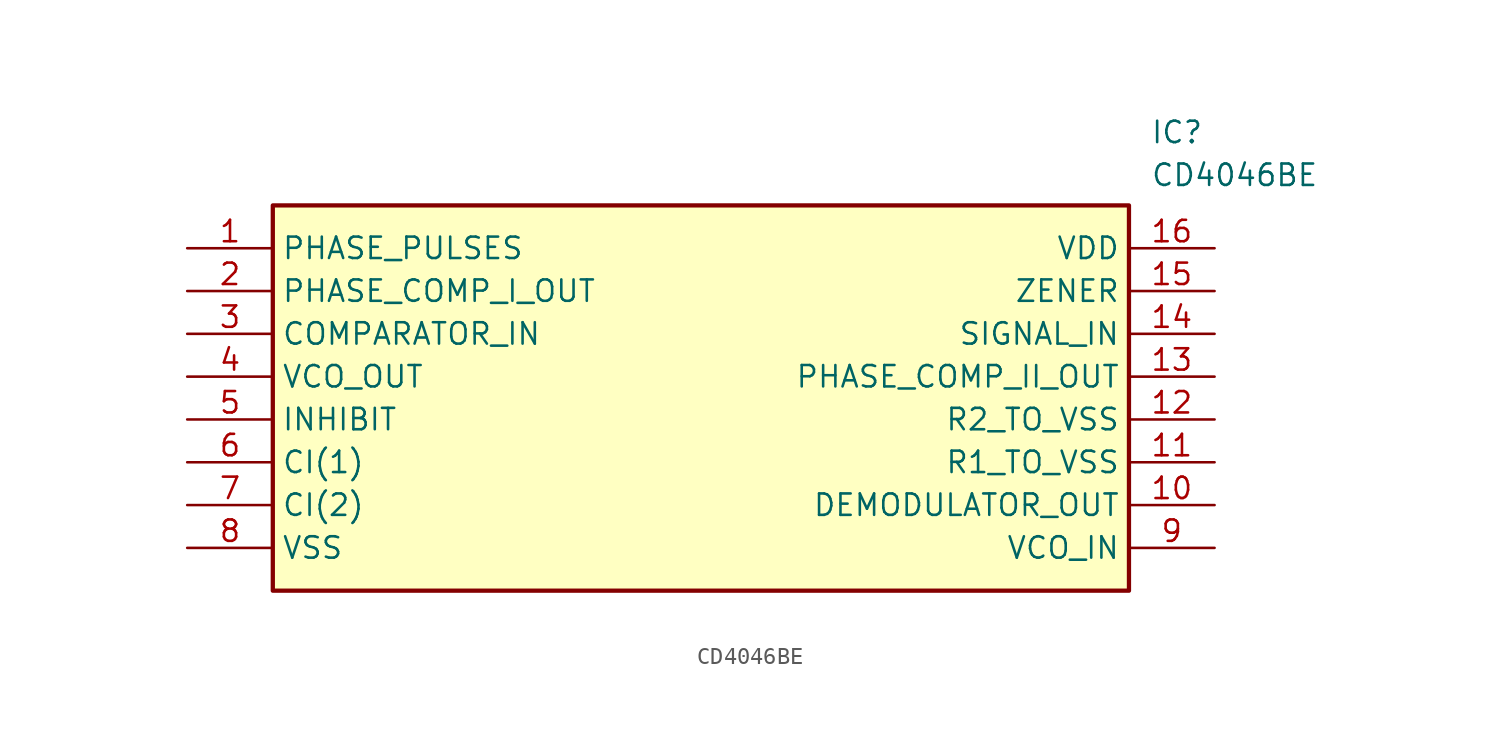
<source format=kicad_sym>
(kicad_symbol_lib
  (version 20211014)
  (generator SamacSys_ECAD_Model)
  (symbol "CD4046BE"
    (property "Reference" "IC"
      (at 57.15 7.62 0)
      (effects (font (size 1.27 1.27)) (justify left top)))
    (property "Value" "CD4046BE"
      (at 57.15 5.08 0)
      (effects (font (size 1.27 1.27)) (justify left top)))
    (rectangle
      (start 5.08 2.54)
      (end 55.88 -20.32)
      (stroke (width 0.254) (type default))
      (fill (type background)))
    (pin passive line
      (at 0 0 0)
      (length 5.08)
      (name "PHASE_PULSES" (effects (font (size 1.27 1.27))))
      (number "1" (effects (font (size 1.27 1.27)))))
    (pin passive line
      (at 0 -2.54 0)
      (length 5.08)
      (name "PHASE_COMP_I_OUT" (effects (font (size 1.27 1.27))))
      (number "2" (effects (font (size 1.27 1.27)))))
    (pin passive line
      (at 0 -5.08 0)
      (length 5.08)
      (name "COMPARATOR_IN" (effects (font (size 1.27 1.27))))
      (number "3" (effects (font (size 1.27 1.27)))))
    (pin passive line
      (at 0 -7.62 0)
      (length 5.08)
      (name "VCO_OUT" (effects (font (size 1.27 1.27))))
      (number "4" (effects (font (size 1.27 1.27)))))
    (pin passive line
      (at 0 -10.16 0)
      (length 5.08)
      (name "INHIBIT" (effects (font (size 1.27 1.27))))
      (number "5" (effects (font (size 1.27 1.27)))))
    (pin passive line
      (at 0 -12.7 0)
      (length 5.08)
      (name "CI(1)" (effects (font (size 1.27 1.27))))
      (number "6" (effects (font (size 1.27 1.27)))))
    (pin passive line
      (at 0 -15.24 0)
      (length 5.08)
      (name "CI(2)" (effects (font (size 1.27 1.27))))
      (number "7" (effects (font (size 1.27 1.27)))))
    (pin passive line
      (at 0 -17.78 0)
      (length 5.08)
      (name "VSS" (effects (font (size 1.27 1.27))))
      (number "8" (effects (font (size 1.27 1.27)))))
    (pin passive line
      (at 60.96 0 180)
      (length 5.08)
      (name "VDD" (effects (font (size 1.27 1.27))))
      (number "16" (effects (font (size 1.27 1.27)))))
    (pin passive line
      (at 60.96 -2.54 180)
      (length 5.08)
      (name "ZENER" (effects (font (size 1.27 1.27))))
      (number "15" (effects (font (size 1.27 1.27)))))
    (pin passive line
      (at 60.96 -5.08 180)
      (length 5.08)
      (name "SIGNAL_IN" (effects (font (size 1.27 1.27))))
      (number "14" (effects (font (size 1.27 1.27)))))
    (pin passive line
      (at 60.96 -7.62 180)
      (length 5.08)
      (name "PHASE_COMP_II_OUT" (effects (font (size 1.27 1.27))))
      (number "13" (effects (font (size 1.27 1.27)))))
    (pin passive line
      (at 60.96 -10.16 180)
      (length 5.08)
      (name "R2_TO_VSS" (effects (font (size 1.27 1.27))))
      (number "12" (effects (font (size 1.27 1.27)))))
    (pin passive line
      (at 60.96 -12.7 180)
      (length 5.08)
      (name "R1_TO_VSS" (effects (font (size 1.27 1.27))))
      (number "11" (effects (font (size 1.27 1.27)))))
    (pin passive line
      (at 60.96 -15.24 180)
      (length 5.08)
      (name "DEMODULATOR_OUT" (effects (font (size 1.27 1.27))))
      (number "10" (effects (font (size 1.27 1.27)))))
    (pin passive line
      (at 60.96 -17.78 180)
      (length 5.08)
      (name "VCO_IN" (effects (font (size 1.27 1.27))))
      (number "9" (effects (font (size 1.27 1.27)))))))
</source>
